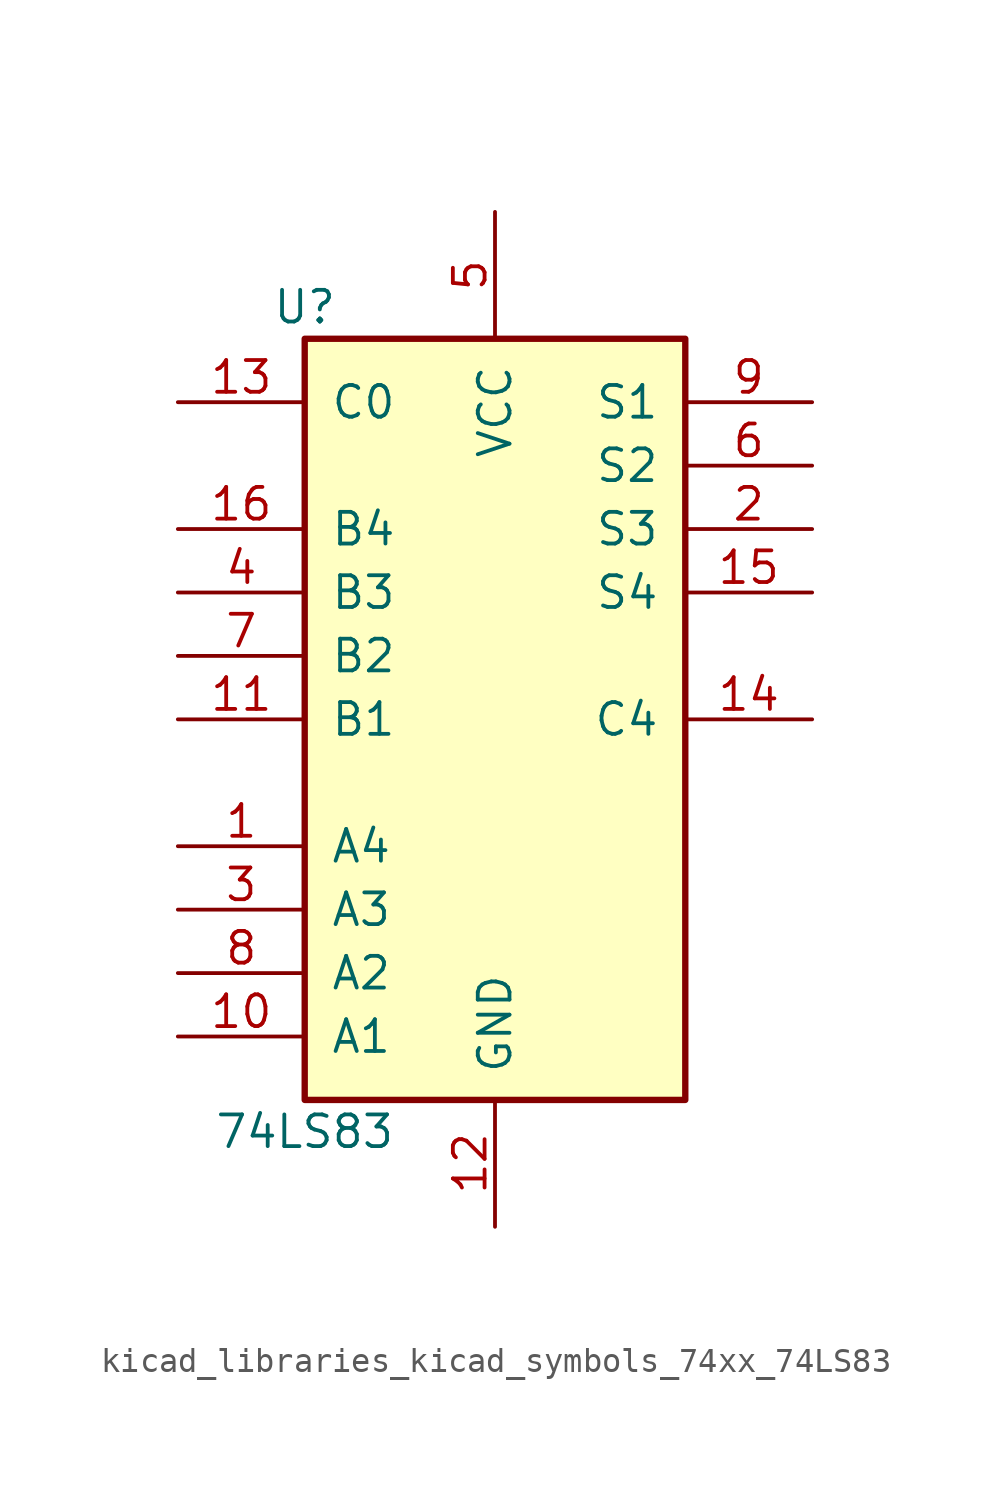
<source format=kicad_sym>
(kicad_symbol_lib
  (version 20220914)
  (generator kicad_symbol_editor)
  (symbol "kicad_libraries_kicad_symbols_74xx_74LS83"
    (pin_names
      (offset 1.016))
    (property "Reference" "U"
      (at -7.62 16.51 0)
      (effects (font (size 1.27 1.27))))
    (property "Value" "74LS83"
      (at -7.62 -16.51 0)
      (effects (font (size 1.27 1.27))))
    (property "ki_locked" ""
      (at 0 0 0)
      (effects (font (size 1.27 1.27))))
    (symbol "kicad_libraries_kicad_symbols_74xx_74LS83_1_0"
      (pin input line (at -12.7 -5.08 0) (length 5.08) (name "A4" (effects (font (size 1.27 1.27)))) (number "1" (effects (font (size 1.27 1.27)))))
      (pin input line (at -12.7 -12.7 0) (length 5.08) (name "A1" (effects (font (size 1.27 1.27)))) (number "10" (effects (font (size 1.27 1.27)))))
      (pin input line (at -12.7 0 0) (length 5.08) (name "B1" (effects (font (size 1.27 1.27)))) (number "11" (effects (font (size 1.27 1.27)))))
      (pin power_in line (at 0 -20.32 90) (length 5.08) (name "GND" (effects (font (size 1.27 1.27)))) (number "12" (effects (font (size 1.27 1.27)))))
      (pin input line (at -12.7 12.7 0) (length 5.08) (name "C0" (effects (font (size 1.27 1.27)))) (number "13" (effects (font (size 1.27 1.27)))))
      (pin output line (at 12.7 0 180) (length 5.08) (name "C4" (effects (font (size 1.27 1.27)))) (number "14" (effects (font (size 1.27 1.27)))))
      (pin output line (at 12.7 5.08 180) (length 5.08) (name "S4" (effects (font (size 1.27 1.27)))) (number "15" (effects (font (size 1.27 1.27)))))
      (pin input line (at -12.7 7.62 0) (length 5.08) (name "B4" (effects (font (size 1.27 1.27)))) (number "16" (effects (font (size 1.27 1.27)))))
      (pin output line (at 12.7 7.62 180) (length 5.08) (name "S3" (effects (font (size 1.27 1.27)))) (number "2" (effects (font (size 1.27 1.27)))))
      (pin input line (at -12.7 -7.62 0) (length 5.08) (name "A3" (effects (font (size 1.27 1.27)))) (number "3" (effects (font (size 1.27 1.27)))))
      (pin input line (at -12.7 5.08 0) (length 5.08) (name "B3" (effects (font (size 1.27 1.27)))) (number "4" (effects (font (size 1.27 1.27)))))
      (pin power_in line (at 0 20.32 270) (length 5.08) (name "VCC" (effects (font (size 1.27 1.27)))) (number "5" (effects (font (size 1.27 1.27)))))
      (pin output line (at 12.7 10.16 180) (length 5.08) (name "S2" (effects (font (size 1.27 1.27)))) (number "6" (effects (font (size 1.27 1.27)))))
      (pin input line (at -12.7 2.54 0) (length 5.08) (name "B2" (effects (font (size 1.27 1.27)))) (number "7" (effects (font (size 1.27 1.27)))))
      (pin input line (at -12.7 -10.16 0) (length 5.08) (name "A2" (effects (font (size 1.27 1.27)))) (number "8" (effects (font (size 1.27 1.27)))))
      (pin output line (at 12.7 12.7 180) (length 5.08) (name "S1" (effects (font (size 1.27 1.27)))) (number "9" (effects (font (size 1.27 1.27))))))
    (symbol "kicad_libraries_kicad_symbols_74xx_74LS83_1_1"
      (rectangle (start -7.62 15.24) (end 7.62 -15.24) (stroke (width 0.254) (type default)) (fill (type background))))))
</source>
